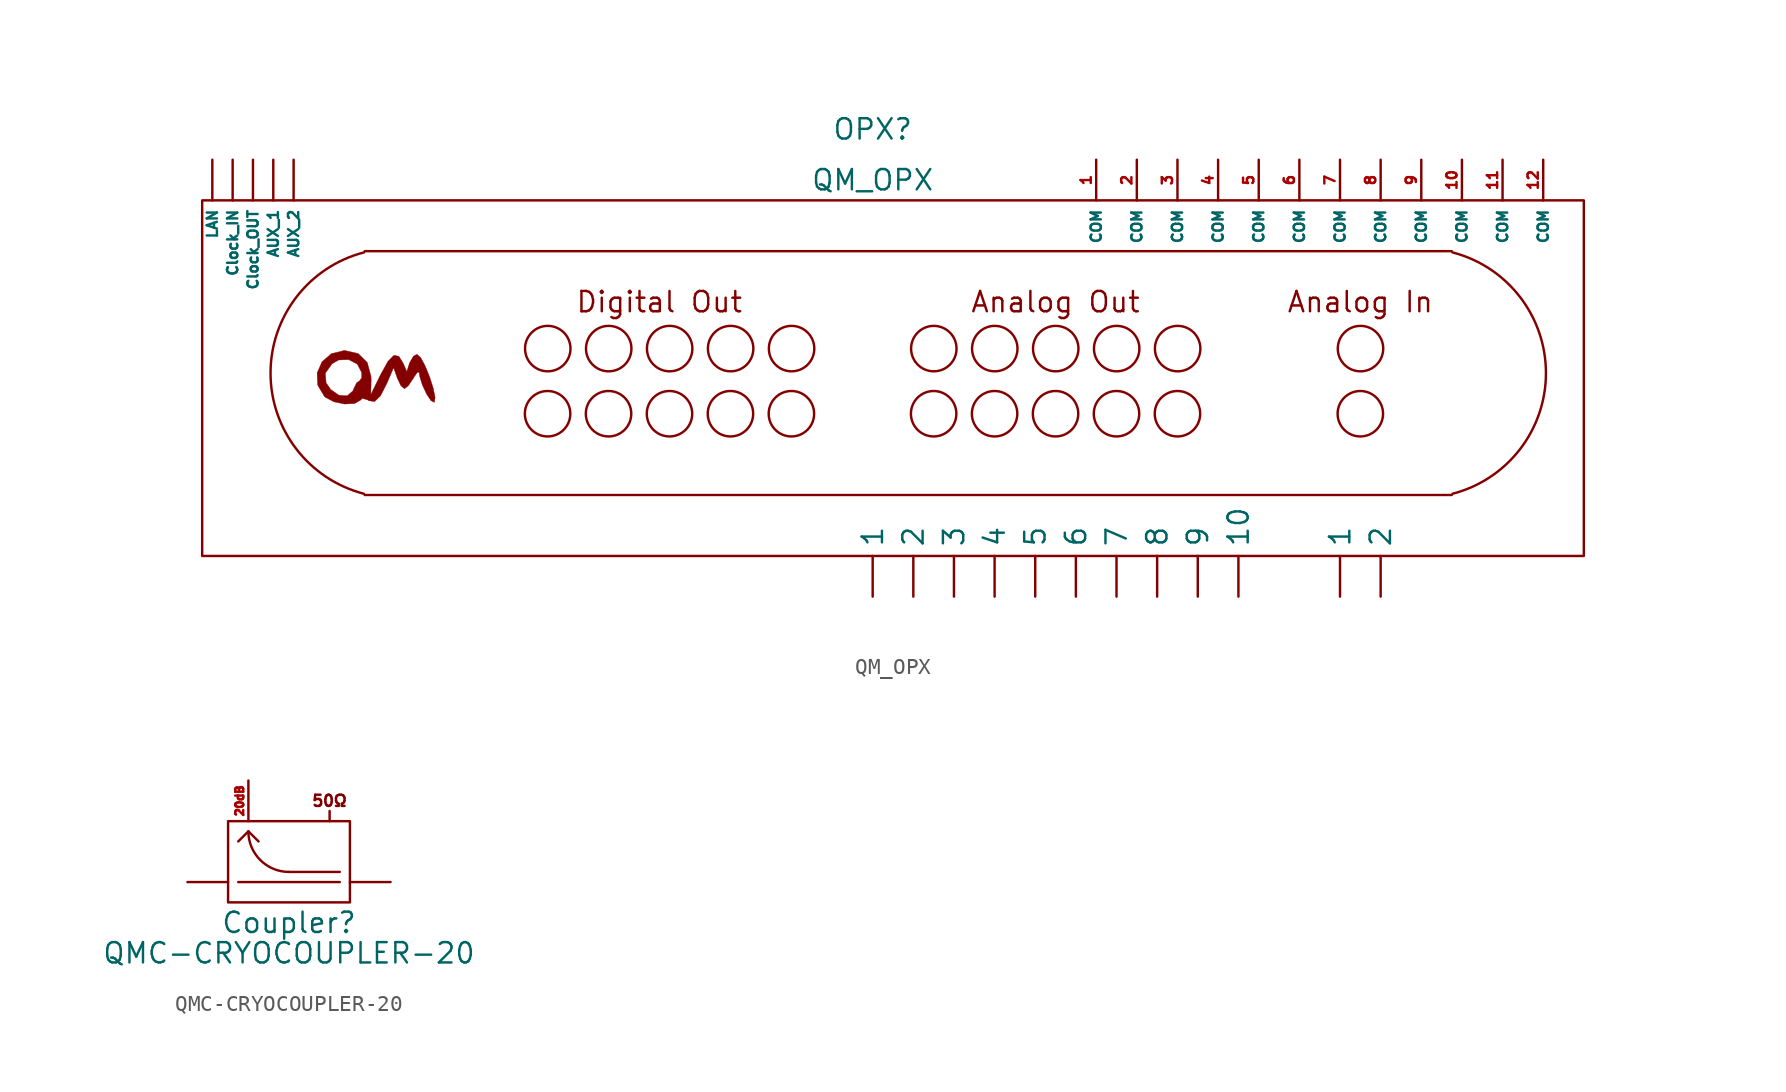
<source format=kicad_sym>
(kicad_symbol_lib
  (version 20220914)
  (generator kicad_symbol_editor)
  (symbol "QM_OPX"
    (property "Reference" "OPX"
      (at 0 15.875 0)
      (effects (font (size 1.27 1.27))))
    (property "Value" "QM_OPX"
      (at 0 12.7 0)
      (effects (font (size 1.27 1.27))))
    (symbol "QM_OPX_0_0"
      (arc (start -31.7959 8.1784) (mid -37.6365 0.6354) (end -31.7963 -6.9081) (stroke (width 0) (type default)) (fill (type none)))
      (polyline (pts (xy 36.195 -6.985) (xy -31.75 -6.985)) (stroke (width 0) (type default)) (fill (type none)))
      (polyline (pts (xy 36.195 8.255) (xy -31.75 8.255)) (stroke (width 0) (type default)) (fill (type none)))
      (polyline (pts (xy -32.385 -1.27) (xy -32.008 -1.053) (xy -31.899 -0.944) (xy -31.57 -1.039) (xy -31.501 -1.091) (xy -31.134 -1.146) (xy -30.763 -0.788) (xy -30.353 0.014) (xy -29.944 0.972) (xy -29.713 0.313) (xy -29.493 -0.145) (xy -29.273 -0.346) (xy -29.268 -0.345) (xy -29.016 -0.147) (xy -28.709 0.313) (xy -28.672 0.38) (xy -28.443 0.7) (xy -28.345 0.665) (xy -28.318 0.449) (xy -28.147 -0.11) (xy -27.885 -0.673) (xy -27.611 -1.086) (xy -27.403 -1.195) (xy -27.393 -1.188) (xy -27.351 -0.879) (xy -27.469 -0.3) (xy -27.694 0.405) (xy -27.973 1.089) (xy -28.254 1.606) (xy -28.485 1.811) (xy -28.707 1.691) (xy -28.948 1.272) (xy -29.118 0.733) (xy -29.356 1.272) (xy -29.618 1.688) (xy -29.928 1.745) (xy -30.295 1.372) (xy -30.752 0.553) (xy -31.368 -0.705) (xy -31.348 0.182) (xy -31.352 0.414) (xy -31.587 1.293) (xy -32.151 1.853) (xy -33.001 2.051) (xy -33.019 2.051) (xy -33.836 1.849) (xy -34.422 1.34) (xy -34.725 0.644) (xy -34.725 0.628) (xy -34.211 0.628) (xy -33.788 1.219) (xy -33.379 1.454) (xy -32.754 1.477) (xy -32.217 1.198) (xy -31.939 0.668) (xy -31.942 0.332) (xy -32.089 0.134) (xy -32.245 0.043) (xy -32.44 -0.346) (xy -32.485 -0.472) (xy -32.838 -0.78) (xy -33.352 -0.753) (xy -33.877 -0.387) (xy -34.164 0.031) (xy -34.211 0.628) (xy -34.725 0.628) (xy -34.692 -0.117) (xy -34.27 -0.825) (xy -34.219 -0.872) (xy -33.678 -1.161) (xy -33.004 -1.3) (xy -32.385 -1.27)) (stroke (width 0.01) (type default)) (fill (type outline)))
      (arc (start 36.2413 -6.9081) (mid 42.0815 0.6353) (end 36.2409 8.1784) (stroke (width 0) (type default)) (fill (type none)))
      (text "Analog In" (at 30.48 5.08 0) (effects (font (size 1.27 1.27))))
      (text "Analog Out" (at 11.43 5.08 0) (effects (font (size 1.27 1.27))))
      (text "Digital Out" (at -13.335 5.08 0) (effects (font (size 1.27 1.27)))))
    (symbol "QM_OPX_0_1"
      (rectangle (start -41.91 11.43) (end 44.45 -10.795) (stroke (width 0) (type default)) (fill (type none)))
      (circle (center -20.32 -1.905) (radius 1.42) (stroke (width 0) (type default)) (fill (type none)))
      (circle (center -20.309 2.166) (radius 1.42) (stroke (width 0) (type default)) (fill (type none)))
      (circle (center -16.51 -1.905) (radius 1.42) (stroke (width 0) (type default)) (fill (type none)))
      (circle (center -16.499 2.166) (radius 1.42) (stroke (width 0) (type default)) (fill (type none)))
      (circle (center -12.7 -1.905) (radius 1.42) (stroke (width 0) (type default)) (fill (type none)))
      (circle (center -12.689 2.166) (radius 1.42) (stroke (width 0) (type default)) (fill (type none)))
      (circle (center -8.89 -1.905) (radius 1.42) (stroke (width 0) (type default)) (fill (type none)))
      (circle (center -8.879 2.166) (radius 1.42) (stroke (width 0) (type default)) (fill (type none)))
      (circle (center -5.08 -1.905) (radius 1.42) (stroke (width 0) (type default)) (fill (type none)))
      (circle (center -5.069 2.166) (radius 1.42) (stroke (width 0) (type default)) (fill (type none)))
      (circle (center 3.81 -1.905) (radius 1.42) (stroke (width 0) (type default)) (fill (type none)))
      (circle (center 3.821 2.166) (radius 1.42) (stroke (width 0) (type default)) (fill (type none)))
      (circle (center 7.62 -1.905) (radius 1.42) (stroke (width 0) (type default)) (fill (type none)))
      (circle (center 7.631 2.166) (radius 1.42) (stroke (width 0) (type default)) (fill (type none)))
      (circle (center 11.43 -1.905) (radius 1.42) (stroke (width 0) (type default)) (fill (type none)))
      (circle (center 11.441 2.166) (radius 1.42) (stroke (width 0) (type default)) (fill (type none)))
      (circle (center 15.24 -1.905) (radius 1.42) (stroke (width 0) (type default)) (fill (type none)))
      (circle (center 15.251 2.166) (radius 1.42) (stroke (width 0) (type default)) (fill (type none)))
      (circle (center 19.05 -1.905) (radius 1.42) (stroke (width 0) (type default)) (fill (type none)))
      (circle (center 19.061 2.166) (radius 1.42) (stroke (width 0) (type default)) (fill (type none)))
      (circle (center 30.48 -1.905) (radius 1.42) (stroke (width 0) (type default)) (fill (type none)))
      (circle (center 30.491 2.166) (radius 1.42) (stroke (width 0) (type default)) (fill (type none))))
    (symbol "QM_OPX_1_1"
      (pin output line (at 0 -13.335 90) (length 2.54) (name "1" (effects (font (size 1.27 1.27)))) (number "" (effects (font (size 1.27 1.27)))))
      (pin input line (at 29.21 -13.335 90) (length 2.54) (name "1" (effects (font (size 1.27 1.27)))) (number "" (effects (font (size 1.27 1.27)))))
      (pin output line (at 22.86 -13.335 90) (length 2.54) (name "10" (effects (font (size 1.27 1.27)))) (number "" (effects (font (size 1.27 1.27)))))
      (pin output line (at 2.54 -13.335 90) (length 2.54) (name "2" (effects (font (size 1.27 1.27)))) (number "" (effects (font (size 1.27 1.27)))))
      (pin input line (at 31.75 -13.335 90) (length 2.54) (name "2" (effects (font (size 1.27 1.27)))) (number "" (effects (font (size 1.27 1.27)))))
      (pin output line (at 5.08 -13.335 90) (length 2.54) (name "3" (effects (font (size 1.27 1.27)))) (number "" (effects (font (size 1.27 1.27)))))
      (pin output line (at 7.62 -13.335 90) (length 2.54) (name "4" (effects (font (size 1.27 1.27)))) (number "" (effects (font (size 1.27 1.27)))))
      (pin output line (at 10.16 -13.335 90) (length 2.54) (name "5" (effects (font (size 1.27 1.27)))) (number "" (effects (font (size 1.27 1.27)))))
      (pin output line (at 12.7 -13.335 90) (length 2.54) (name "6" (effects (font (size 1.27 1.27)))) (number "" (effects (font (size 1.27 1.27)))))
      (pin output line (at 15.24 -13.335 90) (length 2.54) (name "7" (effects (font (size 1.27 1.27)))) (number "" (effects (font (size 1.27 1.27)))))
      (pin output line (at 17.78 -13.335 90) (length 2.54) (name "8" (effects (font (size 1.27 1.27)))) (number "" (effects (font (size 1.27 1.27)))))
      (pin output line (at 20.32 -13.335 90) (length 2.54) (name "9" (effects (font (size 1.27 1.27)))) (number "" (effects (font (size 1.27 1.27)))))
      (pin bidirectional line (at -37.465 13.97 270) (length 2.54) (name "AUX_1" (effects (font (size 0.64 0.64)))) (number "" (effects (font (size 0.64 0.64)))))
      (pin bidirectional line (at -36.195 13.97 270) (length 2.54) (name "AUX_2" (effects (font (size 0.64 0.64)))) (number "" (effects (font (size 0.64 0.64)))))
      (pin bidirectional line (at -40.005 13.97 270) (length 2.54) (name "Clock_IN" (effects (font (size 0.64 0.64)))) (number "" (effects (font (size 0.64 0.64)))))
      (pin bidirectional line (at -38.735 13.97 270) (length 2.54) (name "Clock_OUT" (effects (font (size 0.64 0.64)))) (number "" (effects (font (size 0.64 0.64)))))
      (pin bidirectional line (at -41.275 13.97 270) (length 2.54) (name "LAN" (effects (font (size 0.64 0.64)))) (number "" (effects (font (size 0.64 0.64)))))
      (pin bidirectional line (at 13.97 13.97 270) (length 2.54) (name "COM" (effects (font (size 0.64 0.64)))) (number "1" (effects (font (size 0.64 0.64)))))
      (pin bidirectional line (at 36.83 13.97 270) (length 2.54) (name "COM" (effects (font (size 0.64 0.64)))) (number "10" (effects (font (size 0.64 0.64)))))
      (pin bidirectional line (at 39.37 13.97 270) (length 2.54) (name "COM" (effects (font (size 0.64 0.64)))) (number "11" (effects (font (size 0.64 0.64)))))
      (pin bidirectional line (at 41.91 13.97 270) (length 2.54) (name "COM" (effects (font (size 0.64 0.64)))) (number "12" (effects (font (size 0.64 0.64)))))
      (pin bidirectional line (at 16.51 13.97 270) (length 2.54) (name "COM" (effects (font (size 0.64 0.64)))) (number "2" (effects (font (size 0.64 0.64)))))
      (pin bidirectional line (at 19.05 13.97 270) (length 2.54) (name "COM" (effects (font (size 0.64 0.64)))) (number "3" (effects (font (size 0.64 0.64)))))
      (pin bidirectional line (at 21.59 13.97 270) (length 2.54) (name "COM" (effects (font (size 0.64 0.64)))) (number "4" (effects (font (size 0.64 0.64)))))
      (pin bidirectional line (at 24.13 13.97 270) (length 2.54) (name "COM" (effects (font (size 0.64 0.64)))) (number "5" (effects (font (size 0.64 0.64)))))
      (pin bidirectional line (at 26.67 13.97 270) (length 2.54) (name "COM" (effects (font (size 0.64 0.64)))) (number "6" (effects (font (size 0.64 0.64)))))
      (pin bidirectional line (at 29.21 13.97 270) (length 2.54) (name "COM" (effects (font (size 0.64 0.64)))) (number "7" (effects (font (size 0.64 0.64)))))
      (pin bidirectional line (at 31.75 13.97 270) (length 2.54) (name "COM" (effects (font (size 0.64 0.64)))) (number "8" (effects (font (size 0.64 0.64)))))
      (pin bidirectional line (at 34.29 13.97 270) (length 2.54) (name "COM" (effects (font (size 0.64 0.64)))) (number "9" (effects (font (size 0.64 0.64)))))))
  (symbol "QMC-CRYOCOUPLER-20"
    (property "Reference" "Coupler"
      (at 0 -2.54 0)
      (effects (font (size 1.27 1.27))))
    (property "Value" "QMC-CRYOCOUPLER-20"
      (at 0 -4.445 0)
      (effects (font (size 1.27 1.27))))
    (symbol "QMC-CRYOCOUPLER-20_0_0"
      (text "50Ω" (at 2.54 5.08 0) (effects (font (size 0.7 0.7)))))
    (symbol "QMC-CRYOCOUPLER-20_0_1"
      (rectangle (start -3.81 3.81) (end 3.81 -1.27) (stroke (width 0) (type default)) (fill (type none)))
      (arc (start -2.54 3.175) (mid -1.7961 1.3789) (end 0 0.635) (stroke (width 0) (type default)) (fill (type none)))
      (polyline (pts (xy -3.175 0) (xy 3.175 0)) (stroke (width 0) (type default)) (fill (type none)))
      (polyline (pts (xy 0 0.635) (xy 3.175 0.635)) (stroke (width 0) (type default)) (fill (type none)))
      (polyline (pts (xy 2.54 4.445) (xy 2.54 3.81)) (stroke (width 0) (type default)) (fill (type none)))
      (polyline (pts (xy -3.175 2.54) (xy -2.54 3.175) (xy -1.905 2.54)) (stroke (width 0) (type default)) (fill (type none))))
    (symbol "QMC-CRYOCOUPLER-20_1_1"
      (pin input line (at -6.35 0 0) (length 2.54) (name "" (effects (font (size 1.27 1.27)))) (number "" (effects (font (size 1.27 1.27)))))
      (pin output line (at 6.35 0 180) (length 2.54) (name "" (effects (font (size 1.27 1.27)))) (number "" (effects (font (size 1.27 1.27)))))
      (pin passive line (at -2.54 6.35 270) (length 2.54) (name "" (effects (font (size 1.27 1.27)))) (number "20dB" (effects (font (size 0.5 0.5))))))))
</source>
